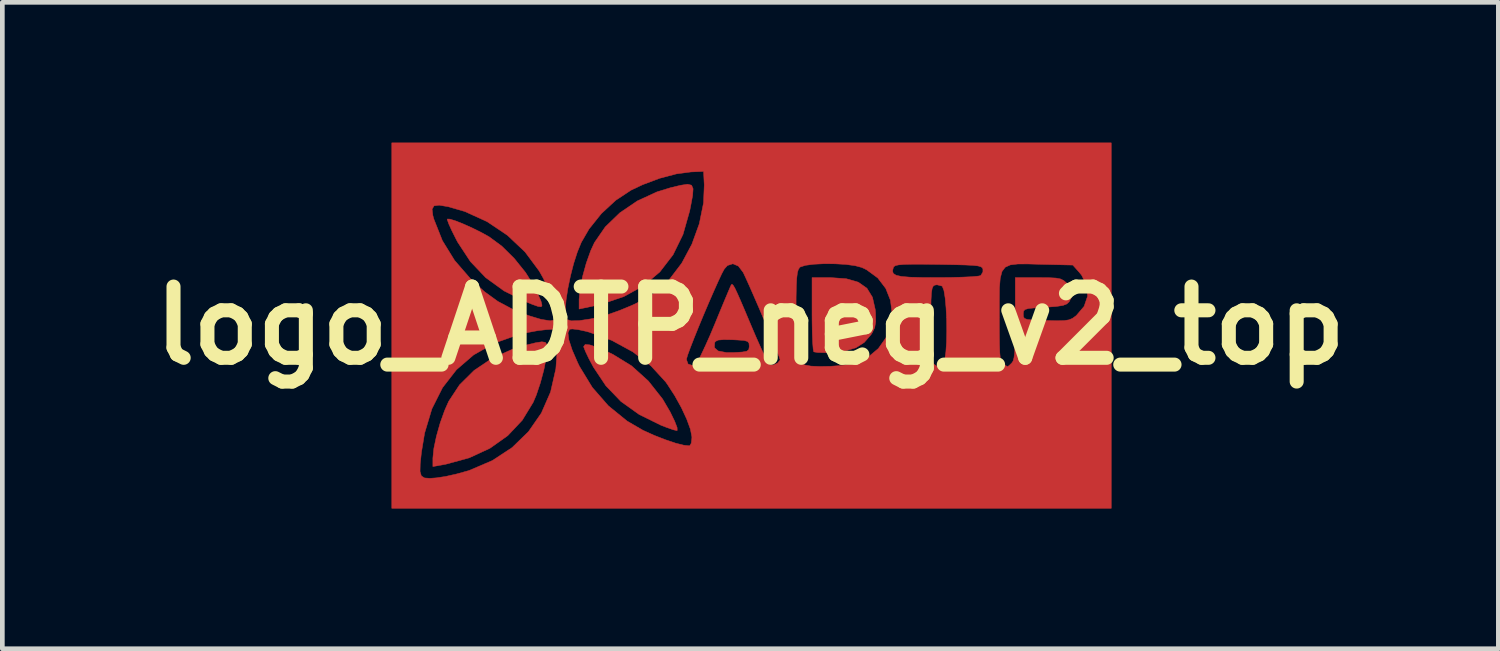
<source format=kicad_pcb>
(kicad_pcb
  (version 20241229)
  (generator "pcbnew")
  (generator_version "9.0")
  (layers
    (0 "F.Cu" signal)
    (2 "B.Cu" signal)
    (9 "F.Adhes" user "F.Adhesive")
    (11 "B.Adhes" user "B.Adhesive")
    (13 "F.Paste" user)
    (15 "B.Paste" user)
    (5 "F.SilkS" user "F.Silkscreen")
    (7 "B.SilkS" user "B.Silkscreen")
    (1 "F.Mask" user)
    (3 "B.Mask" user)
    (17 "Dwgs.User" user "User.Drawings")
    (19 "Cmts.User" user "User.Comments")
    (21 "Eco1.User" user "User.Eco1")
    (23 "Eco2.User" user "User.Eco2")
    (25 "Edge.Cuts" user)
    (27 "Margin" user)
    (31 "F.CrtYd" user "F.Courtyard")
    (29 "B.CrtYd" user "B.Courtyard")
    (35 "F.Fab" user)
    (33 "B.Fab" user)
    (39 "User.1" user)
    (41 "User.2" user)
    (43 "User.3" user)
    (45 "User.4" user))
  (footprint "logo_ADTP_neg_v2_top"
    (layer "F.Cu")
    (at 12.998 3.913)
    (property "Reference" "logo_ADTP_neg_v2_top" (at 0 0 0) (layer "F.SilkS") (effects (font (size 1.524 1.524) (thickness 0.3))))
    (attr through_hole)
    (fp_poly (pts (xy -3.433 0.413) (xy -3.26 0.472) (xy -3.011 0.582) (xy -2.937 0.618) (xy -2.54 0.862) (xy -2.181 1.186) (xy -1.876 1.573) (xy -1.717 1.844) (xy -1.619 2.046) (xy -1.567 2.181) (xy -1.565 2.243) (xy -1.573 2.246) (xy -1.65 2.228) (xy -1.784 2.181) (xy -1.913 2.131) (xy -2.379 1.901) (xy -2.767 1.624) (xy -3.09 1.288) (xy -3.359 0.884) (xy -3.362 0.878) (xy -3.455 0.704) (xy -3.525 0.557) (xy -3.562 0.463) (xy -3.565 0.447) (xy -3.533 0.405) (xy -3.433 0.413)) (stroke (width 0.01) (type solid)) (fill yes) (layer "F.Cu"))
    (fp_poly (pts (xy 2.051 -1.002) (xy 2.308 -0.928) (xy 2.493 -0.798) (xy 2.611 -0.606) (xy 2.67 -0.347) (xy 2.677 -0.271) (xy 2.681 -0.086) (xy 2.659 0.044) (xy 2.604 0.158) (xy 2.581 0.193) (xy 2.435 0.361) (xy 2.256 0.475) (xy 2.022 0.543) (xy 1.77 0.572) (xy 1.586 0.579) (xy 1.441 0.576) (xy 1.361 0.563) (xy 1.355 0.559) (xy 1.343 0.499) (xy 1.332 0.36) (xy 1.324 0.157) (xy 1.32 -0.09) (xy 1.319 -0.252) (xy 1.319 -1.026) (xy 1.714 -1.026) (xy 2.051 -1.002)) (stroke (width 0.01) (type solid)) (fill yes) (layer "F.Cu"))
    (fp_poly (pts (xy -6.423 -2.276) (xy -6.299 -2.237) (xy -6.132 -2.17) (xy -5.943 -2.085) (xy -5.753 -1.991) (xy -5.586 -1.898) (xy -5.316 -1.699) (xy -5.05 -1.436) (xy -4.808 -1.135) (xy -4.611 -0.823) (xy -4.479 -0.525) (xy -4.472 -0.501) (xy -4.456 -0.432) (xy -4.473 -0.402) (xy -4.539 -0.409) (xy -4.668 -0.455) (xy -4.795 -0.507) (xy -5.266 -0.74) (xy -5.66 -1.025) (xy -5.988 -1.37) (xy -6.261 -1.786) (xy -6.295 -1.851) (xy -6.384 -2.029) (xy -6.449 -2.172) (xy -6.481 -2.261) (xy -6.481 -2.279) (xy -6.423 -2.276)) (stroke (width 0.01) (type solid)) (fill yes) (layer "F.Cu"))
    (fp_poly (pts (xy -1.258 -3.002) (xy -1.225 -2.926) (xy -1.235 -2.783) (xy -1.276 -2.561) (xy -1.298 -2.452) (xy -1.441 -1.949) (xy -1.653 -1.515) (xy -1.935 -1.149) (xy -2.286 -0.851) (xy -2.709 -0.619) (xy -3.204 -0.453) (xy -3.354 -0.419) (xy -3.663 -0.354) (xy -3.663 -0.56) (xy -3.643 -0.78) (xy -3.588 -1.051) (xy -3.509 -1.337) (xy -3.414 -1.603) (xy -3.335 -1.774) (xy -3.103 -2.111) (xy -2.791 -2.412) (xy -2.417 -2.666) (xy -1.996 -2.86) (xy -1.706 -2.949) (xy -1.488 -3.001) (xy -1.342 -3.023) (xy -1.258 -3.002)) (stroke (width 0.01) (type solid)) (fill yes) (layer "F.Cu"))
    (fp_poly (pts (xy -4.386 0.358) (xy -4.354 0.405) (xy -4.347 0.49) (xy -4.347 0.491) (xy -4.366 0.693) (xy -4.417 0.948) (xy -4.491 1.224) (xy -4.578 1.484) (xy -4.644 1.64) (xy -4.878 2.024) (xy -5.189 2.354) (xy -5.57 2.624) (xy -6.014 2.829) (xy -6.513 2.965) (xy -6.536 2.969) (xy -6.79 3.015) (xy -6.79 2.834) (xy -6.769 2.627) (xy -6.714 2.366) (xy -6.634 2.083) (xy -6.537 1.812) (xy -6.452 1.621) (xy -6.22 1.268) (xy -5.908 0.959) (xy -5.525 0.701) (xy -5.082 0.503) (xy -4.804 0.419) (xy -4.594 0.368) (xy -4.46 0.347) (xy -4.386 0.358)) (stroke (width 0.01) (type solid)) (fill yes) (layer "F.Cu"))
    (fp_poly (pts (xy 7.718 3.908) (xy -7.669 3.908) (xy -7.669 3.119) (xy -7.065 3.119) (xy -7.037 3.215) (xy -6.969 3.259) (xy -6.852 3.267) (xy -6.716 3.257) (xy -6.517 3.227) (xy -6.275 3.172) (xy -6.038 3.106) (xy -6.008 3.096) (xy -5.519 2.887) (xy -5.097 2.61) (xy -4.746 2.269) (xy -4.47 1.871) (xy -4.273 1.421) (xy -4.16 0.924) (xy -4.132 0.537) (xy -4.128 0.155) (xy -3.901 0.155) (xy -3.882 0.306) (xy -3.811 0.523) (xy -3.691 0.799) (xy -3.655 0.873) (xy -3.381 1.322) (xy -3.037 1.716) (xy -2.635 2.043) (xy -2.296 2.24) (xy -2.059 2.347) (xy -1.821 2.44) (xy -1.602 2.514) (xy -1.424 2.559) (xy -1.309 2.571) (xy -1.294 2.568) (xy -1.264 2.515) (xy -1.251 2.403) (xy -1.251 2.379) (xy -1.282 2.217) (xy -1.361 2.001) (xy -1.476 1.754) (xy -1.617 1.5) (xy -1.771 1.262) (xy -1.812 1.204) (xy -2.127 0.861) (xy -2.302 0.725) (xy -1.368 0.725) (xy -1.332 0.823) (xy -1.242 0.851) (xy -1.172 0.828) (xy -1.131 0.773) (xy -1.061 0.642) (xy -0.981 0.473) (xy -0.769 0.473) (xy -0.687 0.544) (xy -0.515 0.576) (xy -0.346 0.576) (xy -0.174 0.566) (xy -0.078 0.549) (xy -0.035 0.516) (xy -0.025 0.458) (xy -0.024 0.44) (xy -0.03 0.376) (xy -0.06 0.339) (xy -0.135 0.318) (xy -0.277 0.308) (xy -0.379 0.303) (xy -0.572 0.3) (xy -0.687 0.31) (xy -0.746 0.338) (xy -0.763 0.365) (xy -0.769 0.473) (xy -0.981 0.473) (xy -0.97 0.45) (xy -0.864 0.213) (xy -0.761 -0.032) (xy -0.653 -0.295) (xy -0.557 -0.526) (xy -0.48 -0.709) (xy -0.428 -0.831) (xy -0.407 -0.875) (xy -0.391 -0.883) (xy -0.369 -0.863) (xy -0.334 -0.806) (xy -0.283 -0.699) (xy -0.21 -0.534) (xy -0.109 -0.298) (xy 0.009 -0.018) (xy 0.122 0.247) (xy 0.226 0.48) (xy 0.313 0.666) (xy 0.376 0.791) (xy 0.407 0.839) (xy 0.488 0.845) (xy 0.58 0.804) (xy 0.633 0.741) (xy 0.635 0.728) (xy 0.617 0.669) (xy 0.566 0.537) (xy 0.49 0.349) (xy 0.396 0.122) (xy 0.29 -0.129) (xy 0.239 -0.25) (xy 0.977 -0.25) (xy 0.978 0.094) (xy 0.984 0.354) (xy 0.997 0.542) (xy 1.019 0.672) (xy 1.052 0.757) (xy 1.099 0.809) (xy 1.161 0.841) (xy 1.172 0.845) (xy 1.297 0.867) (xy 1.486 0.875) (xy 1.709 0.871) (xy 1.934 0.855) (xy 2.129 0.83) (xy 2.226 0.807) (xy 2.513 0.679) (xy 2.737 0.491) (xy 2.899 0.261) (xy 2.997 0.002) (xy 3.002 -0.036) (xy 3.859 -0.036) (xy 3.862 0.307) (xy 3.871 0.559) (xy 3.887 0.725) (xy 3.91 0.811) (xy 3.917 0.821) (xy 3.996 0.874) (xy 4.072 0.849) (xy 4.125 0.801) (xy 4.158 0.72) (xy 4.181 0.565) (xy 4.195 0.357) (xy 4.2 0.117) (xy 4.197 -0.135) (xy 4.185 -0.377) (xy 4.172 -0.522) (xy 5.324 -0.522) (xy 5.324 -0.173) (xy 5.325 0.157) (xy 5.328 0.403) (xy 5.334 0.577) (xy 5.345 0.694) (xy 5.362 0.766) (xy 5.385 0.807) (xy 5.41 0.826) (xy 5.483 0.868) (xy 5.504 0.878) (xy 5.54 0.849) (xy 5.589 0.802) (xy 5.618 0.76) (xy 5.638 0.688) (xy 5.652 0.572) (xy 5.661 0.399) (xy 5.665 0.155) (xy 5.666 -0.15) (xy 5.666 -1.026) (xy 6.157 -1.026) (xy 6.383 -1.024) (xy 6.535 -1.016) (xy 6.634 -0.997) (xy 6.703 -0.962) (xy 6.765 -0.908) (xy 6.767 -0.906) (xy 6.869 -0.761) (xy 6.874 -0.618) (xy 6.818 -0.51) (xy 6.768 -0.463) (xy 6.686 -0.431) (xy 6.552 -0.41) (xy 6.345 -0.394) (xy 6.293 -0.391) (xy 6.08 -0.378) (xy 5.947 -0.365) (xy 5.874 -0.344) (xy 5.844 -0.31) (xy 5.837 -0.257) (xy 5.837 -0.244) (xy 5.84 -0.189) (xy 5.862 -0.153) (xy 5.92 -0.131) (xy 6.031 -0.119) (xy 6.214 -0.112) (xy 6.332 -0.108) (xy 6.559 -0.103) (xy 6.712 -0.107) (xy 6.815 -0.123) (xy 6.89 -0.155) (xy 6.961 -0.207) (xy 6.973 -0.217) (xy 7.138 -0.411) (xy 7.212 -0.629) (xy 7.195 -0.855) (xy 7.085 -1.076) (xy 7.035 -1.138) (xy 6.896 -1.294) (xy 6.211 -1.31) (xy 5.931 -1.318) (xy 5.717 -1.317) (xy 5.56 -1.298) (xy 5.451 -1.249) (xy 5.382 -1.158) (xy 5.344 -1.014) (xy 5.327 -0.806) (xy 5.324 -0.522) (xy 4.172 -0.522) (xy 4.166 -0.588) (xy 4.14 -0.749) (xy 4.106 -0.837) (xy 4.098 -0.845) (xy 3.991 -0.873) (xy 3.939 -0.864) (xy 3.909 -0.842) (xy 3.887 -0.792) (xy 3.873 -0.7) (xy 3.864 -0.552) (xy 3.86 -0.335) (xy 3.859 -0.036) (xy 3.002 -0.036) (xy 3.03 -0.27) (xy 2.996 -0.541) (xy 2.895 -0.795) (xy 2.725 -1.018) (xy 2.52 -1.169) (xy 3.04 -1.169) (xy 3.056 -1.115) (xy 3.116 -1.076) (xy 3.232 -1.05) (xy 3.415 -1.035) (xy 3.673 -1.028) (xy 3.999 -1.027) (xy 4.283 -1.029) (xy 4.535 -1.036) (xy 4.738 -1.045) (xy 4.875 -1.058) (xy 4.926 -1.069) (xy 4.973 -1.146) (xy 4.974 -1.203) (xy 4.962 -1.235) (xy 4.931 -1.258) (xy 4.868 -1.276) (xy 4.759 -1.288) (xy 4.593 -1.296) (xy 4.355 -1.302) (xy 4.033 -1.308) (xy 4.023 -1.308) (xy 3.696 -1.312) (xy 3.453 -1.312) (xy 3.282 -1.308) (xy 3.17 -1.298) (xy 3.103 -1.283) (xy 3.069 -1.26) (xy 3.058 -1.24) (xy 3.04 -1.169) (xy 2.52 -1.169) (xy 2.485 -1.194) (xy 2.383 -1.243) (xy 2.24 -1.281) (xy 2.042 -1.308) (xy 1.813 -1.321) (xy 1.576 -1.323) (xy 1.357 -1.312) (xy 1.18 -1.289) (xy 1.069 -1.254) (xy 1.054 -1.242) (xy 1.026 -1.2) (xy 1.006 -1.13) (xy 0.992 -1.017) (xy 0.983 -0.848) (xy 0.978 -0.609) (xy 0.977 -0.288) (xy 0.977 -0.25) (xy 0.239 -0.25) (xy 0.181 -0.386) (xy 0.074 -0.632) (xy -0.022 -0.851) (xy -0.102 -1.027) (xy -0.153 -1.136) (xy -0.256 -1.272) (xy -0.374 -1.322) (xy -0.49 -1.285) (xy -0.558 -1.209) (xy -0.609 -1.115) (xy -0.685 -0.953) (xy -0.78 -0.741) (xy -0.887 -0.496) (xy -0.998 -0.235) (xy -1.106 0.025) (xy -1.204 0.268) (xy -1.285 0.476) (xy -1.342 0.631) (xy -1.367 0.718) (xy -1.368 0.725) (xy -2.302 0.725) (xy -2.515 0.561) (xy -2.961 0.318) (xy -3.447 0.141) (xy -3.509 0.124) (xy -3.675 0.088) (xy -3.805 0.072) (xy -3.866 0.078) (xy -3.901 0.155) (xy -4.128 0.155) (xy -4.128 0.073) (xy -4.372 0.088) (xy -4.547 0.108) (xy -4.766 0.149) (xy -4.972 0.198) (xy -5.48 0.378) (xy -5.918 0.627) (xy -6.286 0.944) (xy -6.584 1.328) (xy -6.811 1.78) (xy -6.967 2.299) (xy -7.035 2.711) (xy -7.061 2.956) (xy -7.065 3.119) (xy -7.669 3.119) (xy -7.669 -2.491) (xy -6.807 -2.491) (xy -6.791 -2.356) (xy -6.769 -2.276) (xy -6.587 -1.817) (xy -6.326 -1.394) (xy -5.984 -1) (xy -5.688 -0.726) (xy -5.4 -0.517) (xy -5.086 -0.35) (xy -4.742 -0.213) (xy -4.474 -0.132) (xy -4.278 -0.102) (xy -4.158 -0.124) (xy -4.124 -0.164) (xy -4.127 -0.25) (xy -4.152 -0.344) (xy -3.958 -0.344) (xy -3.95 -0.195) (xy -3.924 -0.13) (xy -3.834 -0.101) (xy -3.659 -0.106) (xy -3.407 -0.144) (xy -3.258 -0.175) (xy -3.051 -0.233) (xy -2.8 -0.322) (xy -2.55 -0.425) (xy -2.462 -0.465) (xy -2.212 -0.595) (xy -2.019 -0.721) (xy -1.848 -0.868) (xy -1.733 -0.986) (xy -1.468 -1.334) (xy -1.251 -1.74) (xy -1.092 -2.178) (xy -1.002 -2.622) (xy -0.986 -3.006) (xy -1.001 -3.297) (xy -1.27 -3.286) (xy -1.584 -3.244) (xy -1.94 -3.15) (xy -2.307 -3.012) (xy -2.552 -2.896) (xy -2.879 -2.68) (xy -3.187 -2.395) (xy -3.45 -2.066) (xy -3.616 -1.78) (xy -3.701 -1.572) (xy -3.78 -1.326) (xy -3.848 -1.061) (xy -3.903 -0.796) (xy -3.941 -0.551) (xy -3.958 -0.344) (xy -4.152 -0.344) (xy -4.168 -0.401) (xy -4.237 -0.593) (xy -4.327 -0.803) (xy -4.428 -1.011) (xy -4.515 -1.166) (xy -4.819 -1.575) (xy -5.196 -1.931) (xy -5.631 -2.223) (xy -6.107 -2.44) (xy -6.464 -2.543) (xy -6.655 -2.575) (xy -6.765 -2.561) (xy -6.807 -2.491) (xy -7.669 -2.491) (xy -7.669 -3.908) (xy 7.718 -3.908) (xy 7.718 3.908)) (stroke (width 0.01) (type solid)) (fill yes) (layer "F.Cu")))
  (gr_rect
    (start -3 -3)
    (end 28.995 10.825)
    (stroke (width 0.1) (type default))
    (fill no)
    (layer "Edge.Cuts")))
</source>
